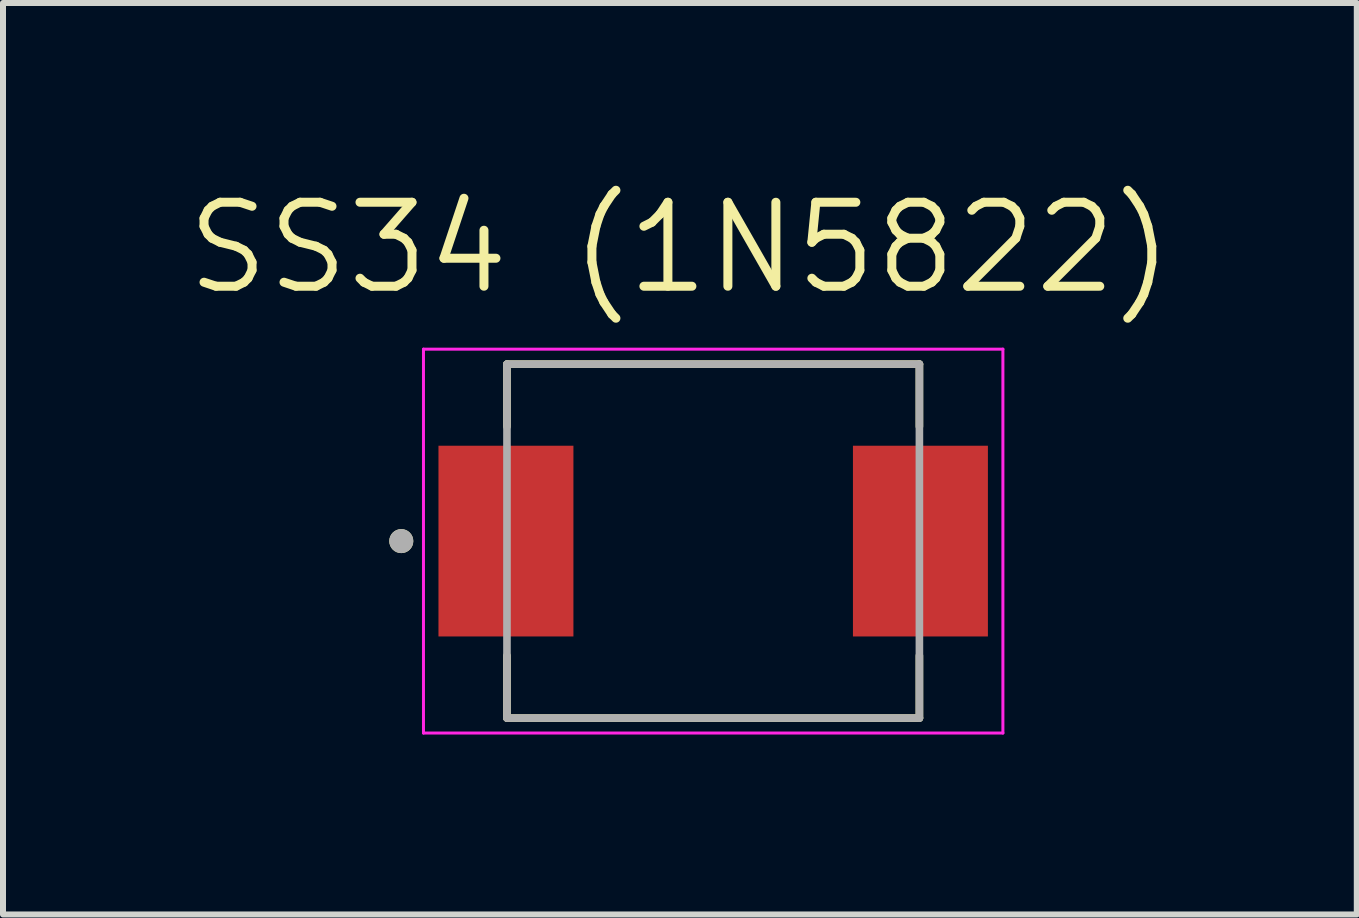
<source format=kicad_pcb>
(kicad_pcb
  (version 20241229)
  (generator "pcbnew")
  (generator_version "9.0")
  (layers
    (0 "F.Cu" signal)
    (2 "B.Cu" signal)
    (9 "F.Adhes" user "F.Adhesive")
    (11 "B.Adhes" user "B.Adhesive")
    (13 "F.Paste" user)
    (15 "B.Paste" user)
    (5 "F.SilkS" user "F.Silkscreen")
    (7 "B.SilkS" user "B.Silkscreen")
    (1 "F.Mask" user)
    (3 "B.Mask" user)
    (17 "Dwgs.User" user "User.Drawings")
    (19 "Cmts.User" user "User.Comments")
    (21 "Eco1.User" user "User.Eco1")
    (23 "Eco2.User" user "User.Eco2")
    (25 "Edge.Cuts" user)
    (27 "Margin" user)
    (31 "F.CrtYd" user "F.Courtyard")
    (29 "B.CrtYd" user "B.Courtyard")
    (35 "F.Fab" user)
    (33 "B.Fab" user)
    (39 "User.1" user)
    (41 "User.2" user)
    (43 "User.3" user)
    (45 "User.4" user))
  (footprint "SS34 (1N5822)"
    (layer "F.Cu")
    (at 8.84 5.971)
    (property "Reference" "SS34 (1N5822)" (at -0.555 -4.889 0) (layer "F.SilkS") (effects (font (size 1.4 1.4) (thickness 0.15))))
    (attr smd)
    (fp_line (start -3.438 -2.95) (end -3.438 -1.91) (stroke (width 0.127) (type solid)) (layer "F.SilkS"))
    (fp_line (start -3.438 1.91) (end -3.438 2.95) (stroke (width 0.127) (type solid)) (layer "F.SilkS"))
    (fp_line (start -3.438 2.95) (end 3.438 2.95) (stroke (width 0.127) (type solid)) (layer "F.SilkS"))
    (fp_line (start 3.438 -2.95) (end -3.438 -2.95) (stroke (width 0.127) (type solid)) (layer "F.SilkS"))
    (fp_line (start 3.438 -1.91) (end 3.438 -2.95) (stroke (width 0.127) (type solid)) (layer "F.SilkS"))
    (fp_line (start 3.438 2.95) (end 3.438 1.91) (stroke (width 0.127) (type solid)) (layer "F.SilkS"))
    (fp_circle (center -5.2 0) (end -5.1 0) (stroke (width 0.2) (type solid)) (fill no) (layer "F.SilkS"))
    (fp_line (start -4.83 -3.2) (end -4.83 3.2) (stroke (width 0.05) (type solid)) (layer "F.CrtYd"))
    (fp_line (start -4.83 3.2) (end 4.83 3.2) (stroke (width 0.05) (type solid)) (layer "F.CrtYd"))
    (fp_line (start 4.83 -3.2) (end -4.83 -3.2) (stroke (width 0.05) (type solid)) (layer "F.CrtYd"))
    (fp_line (start 4.83 3.2) (end 4.83 -3.2) (stroke (width 0.05) (type solid)) (layer "F.CrtYd"))
    (fp_line (start -3.438 -2.95) (end -3.438 2.95) (stroke (width 0.127) (type solid)) (layer "F.Fab"))
    (fp_line (start -3.438 2.95) (end 3.438 2.95) (stroke (width 0.127) (type solid)) (layer "F.Fab"))
    (fp_line (start 3.438 -2.95) (end -3.438 -2.95) (stroke (width 0.127) (type solid)) (layer "F.Fab"))
    (fp_line (start 3.438 2.95) (end 3.438 -2.95) (stroke (width 0.127) (type solid)) (layer "F.Fab"))
    (fp_circle (center -5.2 0) (end -5.1 0) (stroke (width 0.2) (type solid)) (fill no) (layer "F.Fab"))
    (pad "A" smd rect (at 3.455 0) (size 2.25 3.18) (layers "F.Cu" "F.Mask" "F.Paste"))
    (pad "C" smd rect (at -3.455 0) (size 2.25 3.18) (layers "F.Cu" "F.Mask" "F.Paste")))
  (gr_rect
    (start -3 -3)
    (end 19.57 12.196)
    (stroke (width 0.1) (type default))
    (fill no)
    (layer "Edge.Cuts")))
</source>
